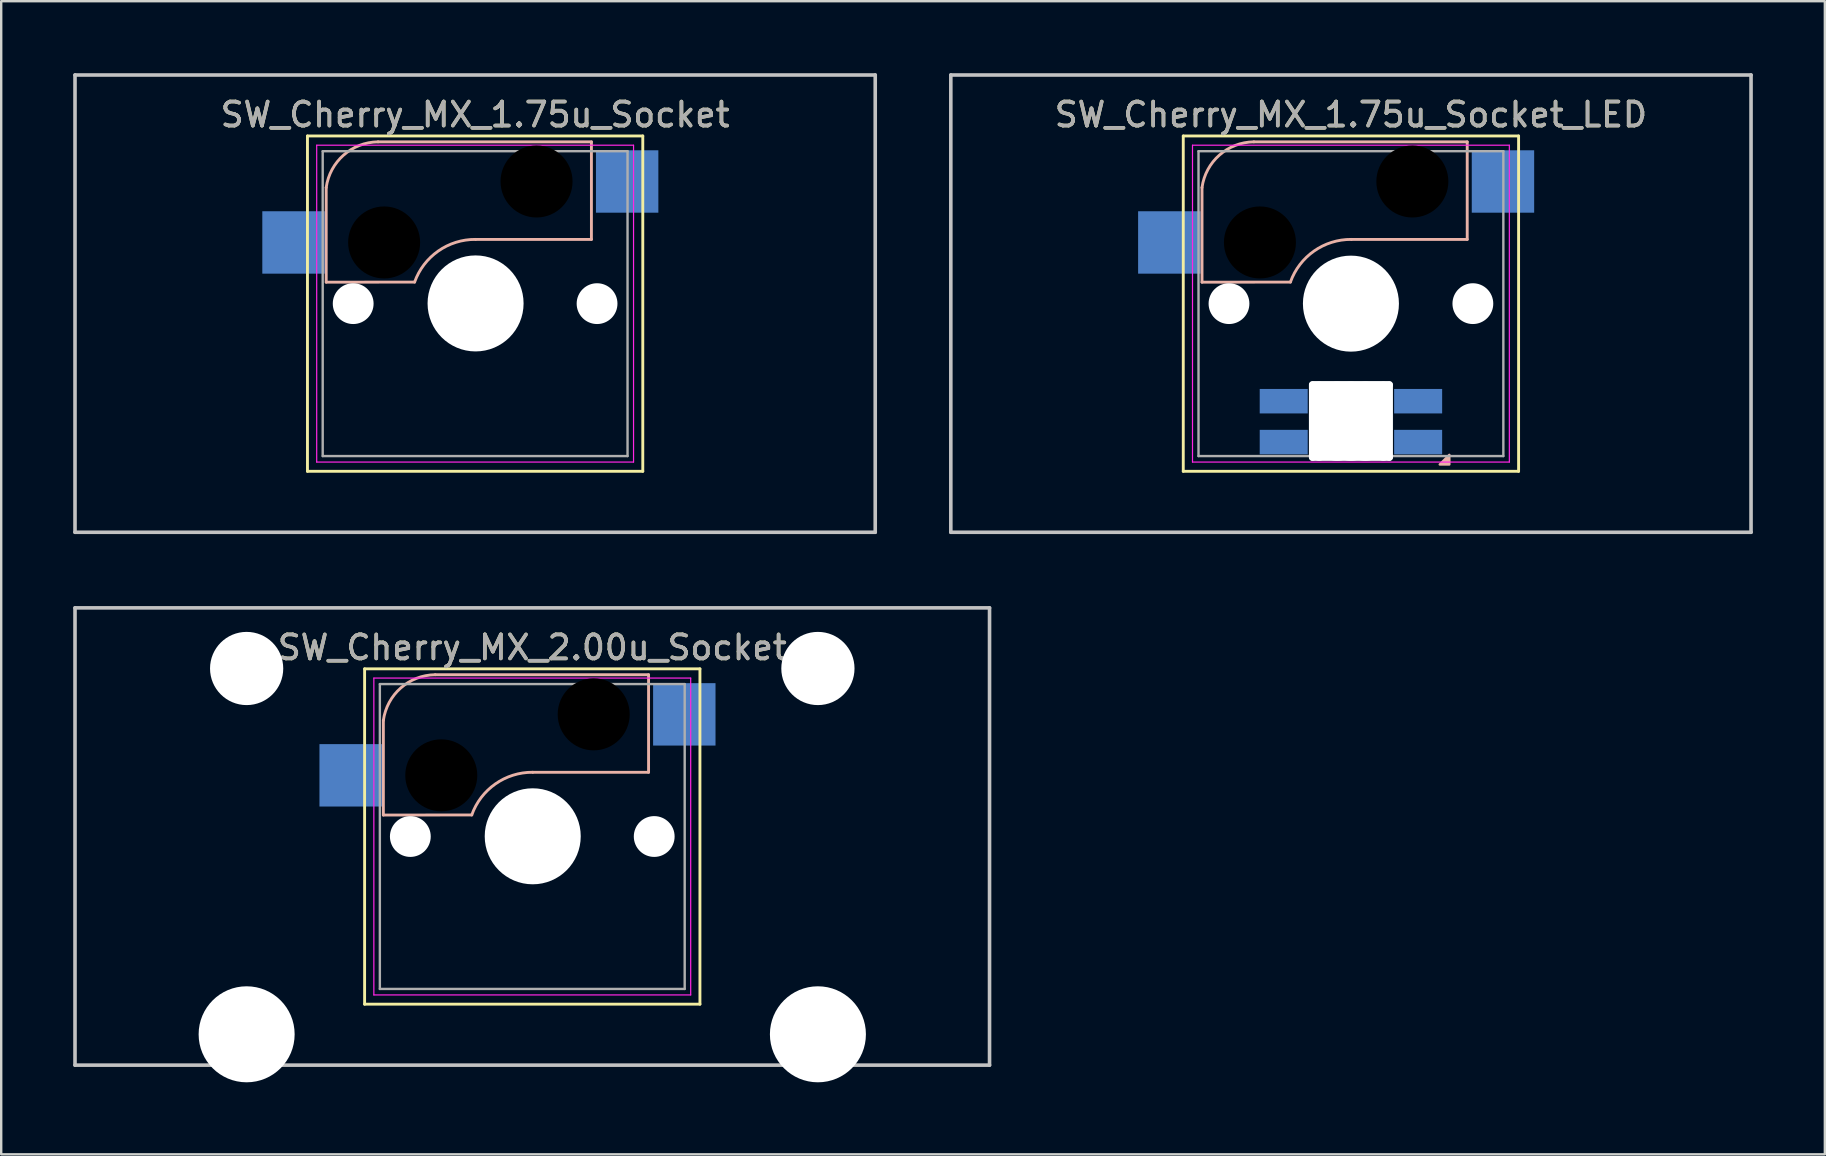
<source format=kicad_pcb>
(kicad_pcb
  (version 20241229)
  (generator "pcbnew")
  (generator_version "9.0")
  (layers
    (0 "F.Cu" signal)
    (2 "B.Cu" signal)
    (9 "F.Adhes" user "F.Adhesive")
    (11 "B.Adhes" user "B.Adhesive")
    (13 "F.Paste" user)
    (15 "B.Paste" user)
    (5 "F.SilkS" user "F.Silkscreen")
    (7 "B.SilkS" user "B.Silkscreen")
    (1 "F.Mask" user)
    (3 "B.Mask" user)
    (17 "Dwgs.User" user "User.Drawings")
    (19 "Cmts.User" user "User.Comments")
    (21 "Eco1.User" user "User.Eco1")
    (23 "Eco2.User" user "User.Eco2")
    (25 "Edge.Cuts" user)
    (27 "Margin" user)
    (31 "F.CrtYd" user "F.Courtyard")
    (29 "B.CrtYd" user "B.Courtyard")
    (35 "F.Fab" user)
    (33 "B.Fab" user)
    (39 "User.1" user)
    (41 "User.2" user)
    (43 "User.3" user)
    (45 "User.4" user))
  (footprint "SW_Cherry_MX_1.75u_Socket_LED"
    (layer "F.Cu")
    (at 55.771 4.52)
    (property "Reference" "SW_Cherry_MX_1.75u_Socket_LED" (at -2.54 -2.794 0) (layer "F.SilkS") (effects (font (size 1 1) (thickness 0.15))))
    (attr through_hole)
    (fp_line (start -9.525 -1.905) (end 4.445 -1.905) (stroke (width 0.12) (type solid)) (layer "F.SilkS"))
    (fp_line (start -9.525 12.065) (end -9.525 -1.905) (stroke (width 0.12) (type solid)) (layer "F.SilkS"))
    (fp_line (start 4.445 -1.905) (end 4.445 12.065) (stroke (width 0.12) (type solid)) (layer "F.SilkS"))
    (fp_line (start 4.445 12.065) (end -9.525 12.065) (stroke (width 0.12) (type solid)) (layer "F.SilkS"))
    (fp_line (start -8.744 4.186) (end -8.744 0.245) (stroke (width 0.12) (type solid)) (layer "B.SilkS"))
    (fp_line (start -8.744 4.186) (end -5.061 4.182) (stroke (width 0.12) (type solid)) (layer "B.SilkS"))
    (fp_line (start -2.521 2.404) (end 2.305 2.404) (stroke (width 0.12) (type solid)) (layer "B.SilkS"))
    (fp_line (start 2.305 -1.66) (end -6.585 -1.66) (stroke (width 0.12) (type solid)) (layer "B.SilkS"))
    (fp_line (start 2.305 2.404) (end 2.305 -1.66) (stroke (width 0.12) (type solid)) (layer "B.SilkS"))
    (fp_arc (start -8.74408 0.244744) (mid -8.018786 -1.10919) (end -6.58508 -1.660256) (stroke (width 0.12) (type solid)) (layer "B.SilkS"))
    (fp_arc (start -5.06108 4.181744) (mid -4.074771 2.887471) (end -2.52108 2.403744) (stroke (width 0.12) (type solid)) (layer "B.SilkS"))
    (fp_poly (pts (xy 1.56 11.38) (xy 1.56 11.78) (xy 1.16 11.78)) (stroke (width 0.1) (type solid)) (fill yes) (layer "B.SilkS"))
    (fp_line (start -19.209 -4.445) (end 14.129 -4.445) (stroke (width 0.15) (type solid)) (layer "Dwgs.User"))
    (fp_line (start -19.209 14.605) (end -19.209 -4.445) (stroke (width 0.15) (type solid)) (layer "Dwgs.User"))
    (fp_line (start 14.129 -4.445) (end 14.129 14.605) (stroke (width 0.15) (type solid)) (layer "Dwgs.User"))
    (fp_line (start 14.129 14.605) (end -19.209 14.605) (stroke (width 0.15) (type solid)) (layer "Dwgs.User"))
    (fp_line (start -9.14 -1.52) (end 4.06 -1.52) (stroke (width 0.05) (type solid)) (layer "F.CrtYd"))
    (fp_line (start -9.14 11.68) (end -9.14 -1.52) (stroke (width 0.05) (type solid)) (layer "F.CrtYd"))
    (fp_line (start 4.06 -1.52) (end 4.06 11.68) (stroke (width 0.05) (type solid)) (layer "F.CrtYd"))
    (fp_line (start 4.06 11.68) (end -9.14 11.68) (stroke (width 0.05) (type solid)) (layer "F.CrtYd"))
    (fp_line (start -8.89 -1.27) (end 3.81 -1.27) (stroke (width 0.1) (type solid)) (layer "F.Fab"))
    (fp_line (start -8.89 11.43) (end -8.89 -1.27) (stroke (width 0.1) (type solid)) (layer "F.Fab"))
    (fp_line (start 3.81 -1.27) (end 3.81 11.43) (stroke (width 0.1) (type solid)) (layer "F.Fab"))
    (fp_line (start 3.81 11.43) (end -8.89 11.43) (stroke (width 0.1) (type solid)) (layer "F.Fab"))
    (fp_text user "${REFERENCE}" (at -2.54 -2.794 0) (layer "F.Fab") (effects (font (size 1 1) (thickness 0.15))))
    (pad "" np_thru_hole circle (at -7.62 5.08) (size 1.7 1.7) (drill 1.7) (layers "*.Cu" "*.Mask"))
    (pad "" np_thru_hole circle (at -6.331 2.531 180) (size 3 3) (drill 3) (layers "*.Mask"))
    (pad "" np_thru_hole oval (at -4.14 9.98 180) (size 0.3 3.3) (drill oval 0.3 3.3) (layers "*.Cu" "*.Mask"))
    (pad "" np_thru_hole oval (at -3.865 9.98 180) (size 0.5 3.3) (drill oval 0.5 3.3) (layers "*.Cu" "*.Mask"))
    (pad "" np_thru_hole oval (at -3.115 9.98 180) (size 1.7 3.3) (drill oval 1.7 3.3) (layers "*.Cu" "*.Mask"))
    (pad "" np_thru_hole circle (at -2.54 5.08 90) (size 4 4) (drill 4) (layers "*.Cu" "*.Mask"))
    (pad "" np_thru_hole oval (at -2.54 8.455 90) (size 0.3 3.5) (drill oval 0.3 3.5) (layers "*.Cu" "*.Mask"))
    (pad "" np_thru_hole oval (at -2.54 9.98 180) (size 1.7 3.3) (drill oval 1.7 3.3) (layers "*.Cu" "*.Mask"))
    (pad "" np_thru_hole oval (at -2.54 11.48 90) (size 0.3 3.5) (drill oval 0.3 3.5) (layers "*.Cu" "*.Mask"))
    (pad "" np_thru_hole oval (at -1.94 9.98 180) (size 1.65 3.3) (drill oval 1.65 3.3) (layers "*.Cu" "*.Mask"))
    (pad "" np_thru_hole oval (at -1.19 9.98) (size 0.5 3.3) (drill oval 0.5 3.3) (layers "*.Cu" "*.Mask"))
    (pad "" np_thru_hole oval (at -0.94 9.98 180) (size 0.3 3.3) (drill oval 0.3 3.3) (layers "*.Cu" "*.Mask"))
    (pad "" np_thru_hole circle (at 0.019 -0.009 180) (size 3 3) (drill 3) (layers "*.Mask"))
    (pad "" np_thru_hole circle (at 2.54 5.08) (size 1.7 1.7) (drill 1.7) (layers "*.Cu" "*.Mask"))
    (pad "1" smd rect (at 3.794 -0.009 180) (size 2.6 2.6) (layers "B.Cu" "B.Mask" "B.Paste"))
    (pad "2" smd rect (at -10.106 2.531 180) (size 2.6 2.6) (layers "B.Cu" "B.Mask" "B.Paste"))
    (pad "3" smd rect (at -5.34 9.144 180) (size 2 1.02) (layers "B.Cu" "B.Mask" "B.Paste"))
    (pad "4" smd rect (at -5.34 10.848 180) (size 2 1.02) (layers "B.Cu" "B.Mask" "B.Paste"))
    (pad "5" smd rect (at 0.26 10.848 180) (size 2 1.02) (layers "B.Cu" "B.Mask" "B.Paste"))
    (pad "6" smd rect (at 0.26 9.144 180) (size 2 1.02) (layers "B.Cu" "B.Mask" "B.Paste")))
  (footprint "SW_Cherry_MX_2.00u_Socket"
    (layer "F.Cu")
    (at 21.665 26.72)
    (property "Reference" "SW_Cherry_MX_2.00u_Socket" (at -2.54 -2.794 0) (layer "F.SilkS") (effects (font (size 1 1) (thickness 0.15))))
    (attr through_hole)
    (fp_line (start -9.525 -1.905) (end 4.445 -1.905) (stroke (width 0.12) (type solid)) (layer "F.SilkS"))
    (fp_line (start -9.525 12.065) (end -9.525 -1.905) (stroke (width 0.12) (type solid)) (layer "F.SilkS"))
    (fp_line (start 4.445 -1.905) (end 4.445 12.065) (stroke (width 0.12) (type solid)) (layer "F.SilkS"))
    (fp_line (start 4.445 12.065) (end -9.525 12.065) (stroke (width 0.12) (type solid)) (layer "F.SilkS"))
    (fp_line (start -8.744 4.186) (end -8.744 0.245) (stroke (width 0.12) (type solid)) (layer "B.SilkS"))
    (fp_line (start -8.744 4.186) (end -5.061 4.182) (stroke (width 0.12) (type solid)) (layer "B.SilkS"))
    (fp_line (start -2.521 2.404) (end 2.305 2.404) (stroke (width 0.12) (type solid)) (layer "B.SilkS"))
    (fp_line (start 2.305 -1.66) (end -6.585 -1.66) (stroke (width 0.12) (type solid)) (layer "B.SilkS"))
    (fp_line (start 2.305 2.404) (end 2.305 -1.66) (stroke (width 0.12) (type solid)) (layer "B.SilkS"))
    (fp_arc (start -8.74408 0.244744) (mid -8.018786 -1.10919) (end -6.58508 -1.660256) (stroke (width 0.12) (type solid)) (layer "B.SilkS"))
    (fp_arc (start -5.06108 4.181744) (mid -4.074771 2.887471) (end -2.52108 2.403744) (stroke (width 0.12) (type solid)) (layer "B.SilkS"))
    (fp_line (start -21.59 -4.445) (end 16.51 -4.445) (stroke (width 0.15) (type solid)) (layer "Dwgs.User"))
    (fp_line (start -21.59 14.605) (end -21.59 -4.445) (stroke (width 0.15) (type solid)) (layer "Dwgs.User"))
    (fp_line (start 16.51 -4.445) (end 16.51 14.605) (stroke (width 0.15) (type solid)) (layer "Dwgs.User"))
    (fp_line (start 16.51 14.605) (end -21.59 14.605) (stroke (width 0.15) (type solid)) (layer "Dwgs.User"))
    (fp_line (start -9.14 -1.52) (end 4.06 -1.52) (stroke (width 0.05) (type solid)) (layer "F.CrtYd"))
    (fp_line (start -9.14 11.68) (end -9.14 -1.52) (stroke (width 0.05) (type solid)) (layer "F.CrtYd"))
    (fp_line (start 4.06 -1.52) (end 4.06 11.68) (stroke (width 0.05) (type solid)) (layer "F.CrtYd"))
    (fp_line (start 4.06 11.68) (end -9.14 11.68) (stroke (width 0.05) (type solid)) (layer "F.CrtYd"))
    (fp_line (start -8.89 -1.27) (end 3.81 -1.27) (stroke (width 0.1) (type solid)) (layer "F.Fab"))
    (fp_line (start -8.89 11.43) (end -8.89 -1.27) (stroke (width 0.1) (type solid)) (layer "F.Fab"))
    (fp_line (start 3.81 -1.27) (end 3.81 11.43) (stroke (width 0.1) (type solid)) (layer "F.Fab"))
    (fp_line (start 3.81 11.43) (end -8.89 11.43) (stroke (width 0.1) (type solid)) (layer "F.Fab"))
    (fp_text user "${REFERENCE}" (at -2.54 -2.794 0) (layer "F.Fab") (effects (font (size 1 1) (thickness 0.15))))
    (pad "" np_thru_hole circle (at -14.44 -1.92) (size 3.05 3.05) (drill 3.05) (layers "*.Cu" "*.Mask"))
    (pad "" np_thru_hole circle (at -14.44 13.32) (size 4 4) (drill 4) (layers "*.Cu" "*.Mask"))
    (pad "" np_thru_hole circle (at -7.62 5.08) (size 1.7 1.7) (drill 1.7) (layers "*.Cu" "*.Mask"))
    (pad "" np_thru_hole circle (at -6.331 2.531 180) (size 3 3) (drill 3) (layers "*.Mask"))
    (pad "" np_thru_hole circle (at -2.521 5.071 90) (size 4 4) (drill 4) (layers "*.Cu" "*.Mask"))
    (pad "" np_thru_hole circle (at 0.019 -0.009 180) (size 3 3) (drill 3) (layers "*.Mask"))
    (pad "" np_thru_hole circle (at 2.54 5.08) (size 1.7 1.7) (drill 1.7) (layers "*.Cu" "*.Mask"))
    (pad "" np_thru_hole circle (at 9.36 -1.92) (size 3.05 3.05) (drill 3.05) (layers "*.Cu" "*.Mask"))
    (pad "" np_thru_hole circle (at 9.36 13.32) (size 4 4) (drill 4) (layers "*.Cu" "*.Mask"))
    (pad "1" smd rect (at 3.794 -0.009 180) (size 2.6 2.6) (layers "B.Cu" "B.Mask" "B.Paste"))
    (pad "2" smd rect (at -10.106 2.531 180) (size 2.6 2.6) (layers "B.Cu" "B.Mask" "B.Paste")))
  (footprint "SW_Cherry_MX_1.75u_Socket"
    (layer "F.Cu")
    (at 19.284 4.52)
    (property "Reference" "SW_Cherry_MX_1.75u_Socket" (at -2.54 -2.794 0) (layer "F.SilkS") (effects (font (size 1 1) (thickness 0.15))))
    (attr through_hole)
    (fp_line (start -9.525 -1.905) (end 4.445 -1.905) (stroke (width 0.12) (type solid)) (layer "F.SilkS"))
    (fp_line (start -9.525 12.065) (end -9.525 -1.905) (stroke (width 0.12) (type solid)) (layer "F.SilkS"))
    (fp_line (start 4.445 -1.905) (end 4.445 12.065) (stroke (width 0.12) (type solid)) (layer "F.SilkS"))
    (fp_line (start 4.445 12.065) (end -9.525 12.065) (stroke (width 0.12) (type solid)) (layer "F.SilkS"))
    (fp_line (start -8.744 4.186) (end -8.744 0.245) (stroke (width 0.12) (type solid)) (layer "B.SilkS"))
    (fp_line (start -8.744 4.186) (end -5.061 4.182) (stroke (width 0.12) (type solid)) (layer "B.SilkS"))
    (fp_line (start -2.521 2.404) (end 2.305 2.404) (stroke (width 0.12) (type solid)) (layer "B.SilkS"))
    (fp_line (start 2.305 -1.66) (end -6.585 -1.66) (stroke (width 0.12) (type solid)) (layer "B.SilkS"))
    (fp_line (start 2.305 2.404) (end 2.305 -1.66) (stroke (width 0.12) (type solid)) (layer "B.SilkS"))
    (fp_arc (start -8.74408 0.244744) (mid -8.018786 -1.10919) (end -6.58508 -1.660256) (stroke (width 0.12) (type solid)) (layer "B.SilkS"))
    (fp_arc (start -5.06108 4.181744) (mid -4.074771 2.887471) (end -2.52108 2.403744) (stroke (width 0.12) (type solid)) (layer "B.SilkS"))
    (fp_line (start -19.209 -4.445) (end 14.129 -4.445) (stroke (width 0.15) (type solid)) (layer "Dwgs.User"))
    (fp_line (start -19.209 14.605) (end -19.209 -4.445) (stroke (width 0.15) (type solid)) (layer "Dwgs.User"))
    (fp_line (start 14.129 -4.445) (end 14.129 14.605) (stroke (width 0.15) (type solid)) (layer "Dwgs.User"))
    (fp_line (start 14.129 14.605) (end -19.209 14.605) (stroke (width 0.15) (type solid)) (layer "Dwgs.User"))
    (fp_line (start -9.14 -1.52) (end 4.06 -1.52) (stroke (width 0.05) (type solid)) (layer "F.CrtYd"))
    (fp_line (start -9.14 11.68) (end -9.14 -1.52) (stroke (width 0.05) (type solid)) (layer "F.CrtYd"))
    (fp_line (start 4.06 -1.52) (end 4.06 11.68) (stroke (width 0.05) (type solid)) (layer "F.CrtYd"))
    (fp_line (start 4.06 11.68) (end -9.14 11.68) (stroke (width 0.05) (type solid)) (layer "F.CrtYd"))
    (fp_line (start -8.89 -1.27) (end 3.81 -1.27) (stroke (width 0.1) (type solid)) (layer "F.Fab"))
    (fp_line (start -8.89 11.43) (end -8.89 -1.27) (stroke (width 0.1) (type solid)) (layer "F.Fab"))
    (fp_line (start 3.81 -1.27) (end 3.81 11.43) (stroke (width 0.1) (type solid)) (layer "F.Fab"))
    (fp_line (start 3.81 11.43) (end -8.89 11.43) (stroke (width 0.1) (type solid)) (layer "F.Fab"))
    (fp_text user "${REFERENCE}" (at -2.54 -2.794 0) (layer "F.Fab") (effects (font (size 1 1) (thickness 0.15))))
    (pad "" np_thru_hole circle (at -7.62 5.08) (size 1.7 1.7) (drill 1.7) (layers "*.Cu" "*.Mask"))
    (pad "" np_thru_hole circle (at -6.331 2.531 180) (size 3 3) (drill 3) (layers "*.Mask"))
    (pad "" np_thru_hole circle (at -2.521 5.071 90) (size 4 4) (drill 4) (layers "*.Cu" "*.Mask"))
    (pad "" np_thru_hole circle (at 0.019 -0.009 180) (size 3 3) (drill 3) (layers "*.Mask"))
    (pad "" np_thru_hole circle (at 2.54 5.08) (size 1.7 1.7) (drill 1.7) (layers "*.Cu" "*.Mask"))
    (pad "1" smd rect (at 3.794 -0.009 180) (size 2.6 2.6) (layers "B.Cu" "B.Mask" "B.Paste"))
    (pad "2" smd rect (at -10.106 2.531 180) (size 2.6 2.6) (layers "B.Cu" "B.Mask" "B.Paste")))
  (gr_rect
    (start -3 -3)
    (end 72.975 45.04)
    (stroke (width 0.1) (type default))
    (fill no)
    (layer "Edge.Cuts")))
</source>
